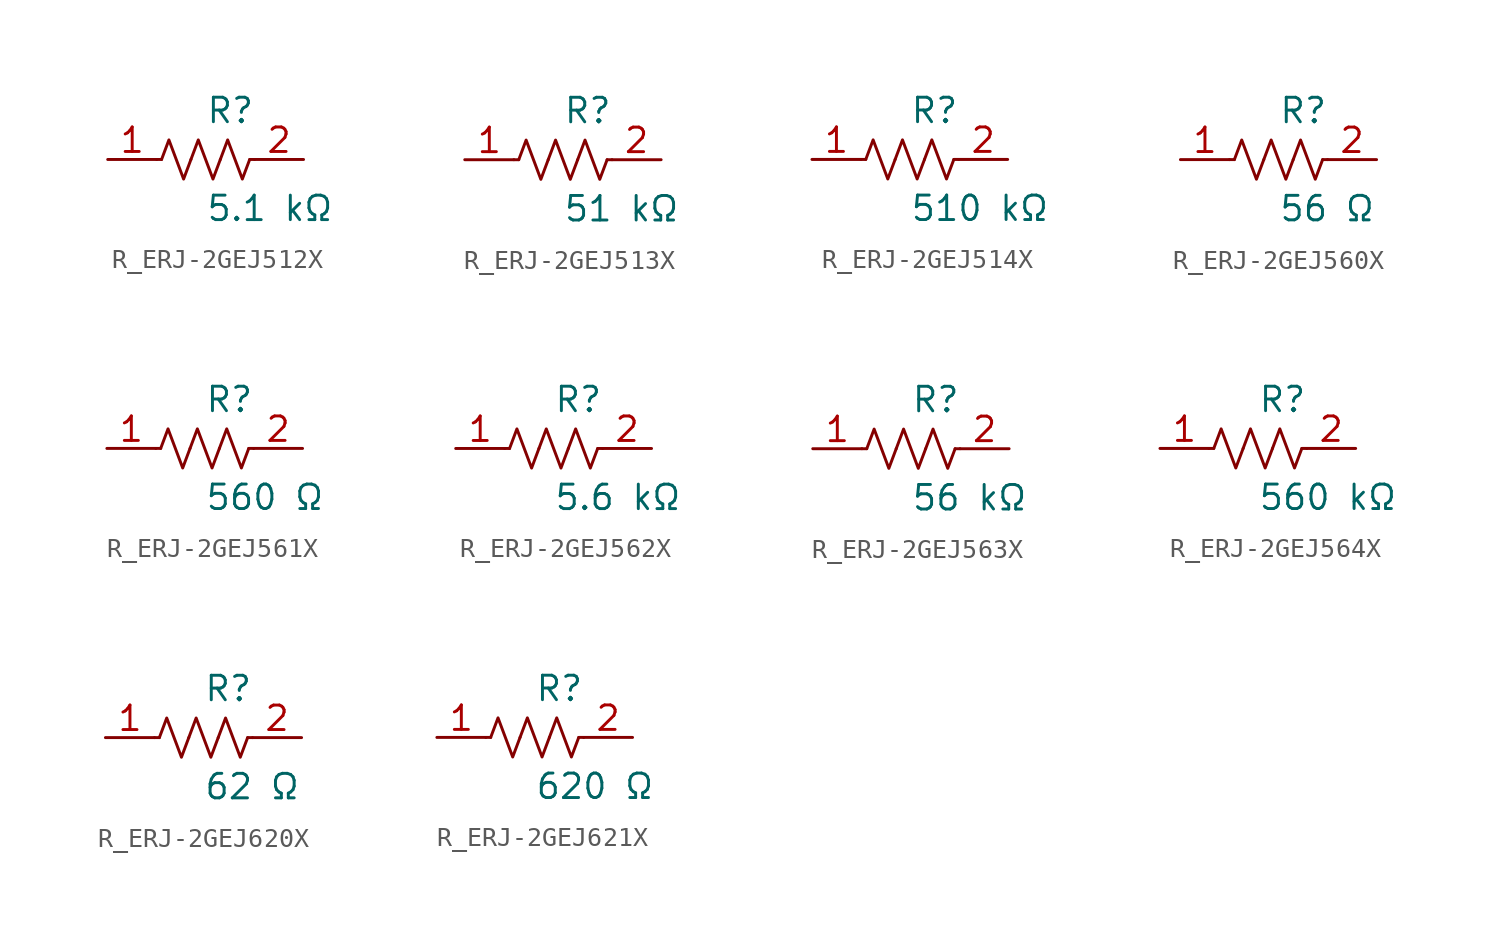
<source format=kicad_sym>
(kicad_symbol_lib
  (version 20231120)
  (generator kicad_symbol_editor)
  (generator_version 8.0)
  (symbol "R_ERJ-2GEJ512X"
    (pin_names
      (offset 0.254))
    (property "Reference" "R"
      (at 0.0 2.54 0)
      (effects (font (size 1.27 1.27)) (justify left)))
    (property "Value" "5.1 kΩ"
      (at 0.0 -2.54 0)
      (effects (font (size 1.27 1.27)) (justify left)))
    (symbol "R_ERJ-2GEJ512X_0_1"
      (polyline (pts (xy 2.286 0) (xy 2.54 0)) (stroke (width 0) (type default)) (fill (type none)))
      (polyline (pts (xy -2.286 0) (xy -2.54 0)) (stroke (width 0) (type default)) (fill (type none)))
      (polyline (pts (xy 0.762 0) (xy 1.143 1.016) (xy 1.524 0) (xy 1.905 -1.016) (xy 2.286 0)) (stroke (width 0) (type default)) (fill (type none)))
      (polyline (pts (xy -0.762 0) (xy -0.381 1.016) (xy 0 0) (xy 0.381 -1.016) (xy 0.762 0)) (stroke (width 0) (type default)) (fill (type none)))
      (polyline (pts (xy -2.286 0) (xy -1.905 1.016) (xy -1.524 0) (xy -1.143 -1.016) (xy -0.762 0)) (stroke (width 0) (type default)) (fill (type none))))
    (pin unspecified line
      (at -5.08 0 0)
      (length 2.54)
      (name "" (effects (font (size 1.27 1.27))))
      (number "1" (effects (font (size 1.27 1.27)))))
    (pin unspecified line
      (at 5.08 0 180)
      (length 2.54)
      (name "" (effects (font (size 1.27 1.27))))
      (number "2" (effects (font (size 1.27 1.27))))))
  (symbol "R_ERJ-2GEJ513X"
    (pin_names
      (offset 0.254))
    (property "Reference" "R"
      (at 0.0 2.54 0)
      (effects (font (size 1.27 1.27)) (justify left)))
    (property "Value" "51 kΩ"
      (at 0.0 -2.54 0)
      (effects (font (size 1.27 1.27)) (justify left)))
    (symbol "R_ERJ-2GEJ513X_0_1"
      (polyline (pts (xy 2.286 0) (xy 2.54 0)) (stroke (width 0) (type default)) (fill (type none)))
      (polyline (pts (xy -2.286 0) (xy -2.54 0)) (stroke (width 0) (type default)) (fill (type none)))
      (polyline (pts (xy 0.762 0) (xy 1.143 1.016) (xy 1.524 0) (xy 1.905 -1.016) (xy 2.286 0)) (stroke (width 0) (type default)) (fill (type none)))
      (polyline (pts (xy -0.762 0) (xy -0.381 1.016) (xy 0 0) (xy 0.381 -1.016) (xy 0.762 0)) (stroke (width 0) (type default)) (fill (type none)))
      (polyline (pts (xy -2.286 0) (xy -1.905 1.016) (xy -1.524 0) (xy -1.143 -1.016) (xy -0.762 0)) (stroke (width 0) (type default)) (fill (type none))))
    (pin unspecified line
      (at -5.08 0 0)
      (length 2.54)
      (name "" (effects (font (size 1.27 1.27))))
      (number "1" (effects (font (size 1.27 1.27)))))
    (pin unspecified line
      (at 5.08 0 180)
      (length 2.54)
      (name "" (effects (font (size 1.27 1.27))))
      (number "2" (effects (font (size 1.27 1.27))))))
  (symbol "R_ERJ-2GEJ514X"
    (pin_names
      (offset 0.254))
    (property "Reference" "R"
      (at 0.0 2.54 0)
      (effects (font (size 1.27 1.27)) (justify left)))
    (property "Value" "510 kΩ"
      (at 0.0 -2.54 0)
      (effects (font (size 1.27 1.27)) (justify left)))
    (symbol "R_ERJ-2GEJ514X_0_1"
      (polyline (pts (xy 2.286 0) (xy 2.54 0)) (stroke (width 0) (type default)) (fill (type none)))
      (polyline (pts (xy -2.286 0) (xy -2.54 0)) (stroke (width 0) (type default)) (fill (type none)))
      (polyline (pts (xy 0.762 0) (xy 1.143 1.016) (xy 1.524 0) (xy 1.905 -1.016) (xy 2.286 0)) (stroke (width 0) (type default)) (fill (type none)))
      (polyline (pts (xy -0.762 0) (xy -0.381 1.016) (xy 0 0) (xy 0.381 -1.016) (xy 0.762 0)) (stroke (width 0) (type default)) (fill (type none)))
      (polyline (pts (xy -2.286 0) (xy -1.905 1.016) (xy -1.524 0) (xy -1.143 -1.016) (xy -0.762 0)) (stroke (width 0) (type default)) (fill (type none))))
    (pin unspecified line
      (at -5.08 0 0)
      (length 2.54)
      (name "" (effects (font (size 1.27 1.27))))
      (number "1" (effects (font (size 1.27 1.27)))))
    (pin unspecified line
      (at 5.08 0 180)
      (length 2.54)
      (name "" (effects (font (size 1.27 1.27))))
      (number "2" (effects (font (size 1.27 1.27))))))
  (symbol "R_ERJ-2GEJ560X"
    (pin_names
      (offset 0.254))
    (property "Reference" "R"
      (at 0.0 2.54 0)
      (effects (font (size 1.27 1.27)) (justify left)))
    (property "Value" "56 Ω"
      (at 0.0 -2.54 0)
      (effects (font (size 1.27 1.27)) (justify left)))
    (symbol "R_ERJ-2GEJ560X_0_1"
      (polyline (pts (xy 2.286 0) (xy 2.54 0)) (stroke (width 0) (type default)) (fill (type none)))
      (polyline (pts (xy -2.286 0) (xy -2.54 0)) (stroke (width 0) (type default)) (fill (type none)))
      (polyline (pts (xy 0.762 0) (xy 1.143 1.016) (xy 1.524 0) (xy 1.905 -1.016) (xy 2.286 0)) (stroke (width 0) (type default)) (fill (type none)))
      (polyline (pts (xy -0.762 0) (xy -0.381 1.016) (xy 0 0) (xy 0.381 -1.016) (xy 0.762 0)) (stroke (width 0) (type default)) (fill (type none)))
      (polyline (pts (xy -2.286 0) (xy -1.905 1.016) (xy -1.524 0) (xy -1.143 -1.016) (xy -0.762 0)) (stroke (width 0) (type default)) (fill (type none))))
    (pin unspecified line
      (at -5.08 0 0)
      (length 2.54)
      (name "" (effects (font (size 1.27 1.27))))
      (number "1" (effects (font (size 1.27 1.27)))))
    (pin unspecified line
      (at 5.08 0 180)
      (length 2.54)
      (name "" (effects (font (size 1.27 1.27))))
      (number "2" (effects (font (size 1.27 1.27))))))
  (symbol "R_ERJ-2GEJ561X"
    (pin_names
      (offset 0.254))
    (property "Reference" "R"
      (at 0.0 2.54 0)
      (effects (font (size 1.27 1.27)) (justify left)))
    (property "Value" "560 Ω"
      (at 0.0 -2.54 0)
      (effects (font (size 1.27 1.27)) (justify left)))
    (symbol "R_ERJ-2GEJ561X_0_1"
      (polyline (pts (xy 2.286 0) (xy 2.54 0)) (stroke (width 0) (type default)) (fill (type none)))
      (polyline (pts (xy -2.286 0) (xy -2.54 0)) (stroke (width 0) (type default)) (fill (type none)))
      (polyline (pts (xy 0.762 0) (xy 1.143 1.016) (xy 1.524 0) (xy 1.905 -1.016) (xy 2.286 0)) (stroke (width 0) (type default)) (fill (type none)))
      (polyline (pts (xy -0.762 0) (xy -0.381 1.016) (xy 0 0) (xy 0.381 -1.016) (xy 0.762 0)) (stroke (width 0) (type default)) (fill (type none)))
      (polyline (pts (xy -2.286 0) (xy -1.905 1.016) (xy -1.524 0) (xy -1.143 -1.016) (xy -0.762 0)) (stroke (width 0) (type default)) (fill (type none))))
    (pin unspecified line
      (at -5.08 0 0)
      (length 2.54)
      (name "" (effects (font (size 1.27 1.27))))
      (number "1" (effects (font (size 1.27 1.27)))))
    (pin unspecified line
      (at 5.08 0 180)
      (length 2.54)
      (name "" (effects (font (size 1.27 1.27))))
      (number "2" (effects (font (size 1.27 1.27))))))
  (symbol "R_ERJ-2GEJ562X"
    (pin_names
      (offset 0.254))
    (property "Reference" "R"
      (at 0.0 2.54 0)
      (effects (font (size 1.27 1.27)) (justify left)))
    (property "Value" "5.6 kΩ"
      (at 0.0 -2.54 0)
      (effects (font (size 1.27 1.27)) (justify left)))
    (symbol "R_ERJ-2GEJ562X_0_1"
      (polyline (pts (xy 2.286 0) (xy 2.54 0)) (stroke (width 0) (type default)) (fill (type none)))
      (polyline (pts (xy -2.286 0) (xy -2.54 0)) (stroke (width 0) (type default)) (fill (type none)))
      (polyline (pts (xy 0.762 0) (xy 1.143 1.016) (xy 1.524 0) (xy 1.905 -1.016) (xy 2.286 0)) (stroke (width 0) (type default)) (fill (type none)))
      (polyline (pts (xy -0.762 0) (xy -0.381 1.016) (xy 0 0) (xy 0.381 -1.016) (xy 0.762 0)) (stroke (width 0) (type default)) (fill (type none)))
      (polyline (pts (xy -2.286 0) (xy -1.905 1.016) (xy -1.524 0) (xy -1.143 -1.016) (xy -0.762 0)) (stroke (width 0) (type default)) (fill (type none))))
    (pin unspecified line
      (at -5.08 0 0)
      (length 2.54)
      (name "" (effects (font (size 1.27 1.27))))
      (number "1" (effects (font (size 1.27 1.27)))))
    (pin unspecified line
      (at 5.08 0 180)
      (length 2.54)
      (name "" (effects (font (size 1.27 1.27))))
      (number "2" (effects (font (size 1.27 1.27))))))
  (symbol "R_ERJ-2GEJ563X"
    (pin_names
      (offset 0.254))
    (property "Reference" "R"
      (at 0.0 2.54 0)
      (effects (font (size 1.27 1.27)) (justify left)))
    (property "Value" "56 kΩ"
      (at 0.0 -2.54 0)
      (effects (font (size 1.27 1.27)) (justify left)))
    (symbol "R_ERJ-2GEJ563X_0_1"
      (polyline (pts (xy 2.286 0) (xy 2.54 0)) (stroke (width 0) (type default)) (fill (type none)))
      (polyline (pts (xy -2.286 0) (xy -2.54 0)) (stroke (width 0) (type default)) (fill (type none)))
      (polyline (pts (xy 0.762 0) (xy 1.143 1.016) (xy 1.524 0) (xy 1.905 -1.016) (xy 2.286 0)) (stroke (width 0) (type default)) (fill (type none)))
      (polyline (pts (xy -0.762 0) (xy -0.381 1.016) (xy 0 0) (xy 0.381 -1.016) (xy 0.762 0)) (stroke (width 0) (type default)) (fill (type none)))
      (polyline (pts (xy -2.286 0) (xy -1.905 1.016) (xy -1.524 0) (xy -1.143 -1.016) (xy -0.762 0)) (stroke (width 0) (type default)) (fill (type none))))
    (pin unspecified line
      (at -5.08 0 0)
      (length 2.54)
      (name "" (effects (font (size 1.27 1.27))))
      (number "1" (effects (font (size 1.27 1.27)))))
    (pin unspecified line
      (at 5.08 0 180)
      (length 2.54)
      (name "" (effects (font (size 1.27 1.27))))
      (number "2" (effects (font (size 1.27 1.27))))))
  (symbol "R_ERJ-2GEJ564X"
    (pin_names
      (offset 0.254))
    (property "Reference" "R"
      (at 0.0 2.54 0)
      (effects (font (size 1.27 1.27)) (justify left)))
    (property "Value" "560 kΩ"
      (at 0.0 -2.54 0)
      (effects (font (size 1.27 1.27)) (justify left)))
    (symbol "R_ERJ-2GEJ564X_0_1"
      (polyline (pts (xy 2.286 0) (xy 2.54 0)) (stroke (width 0) (type default)) (fill (type none)))
      (polyline (pts (xy -2.286 0) (xy -2.54 0)) (stroke (width 0) (type default)) (fill (type none)))
      (polyline (pts (xy 0.762 0) (xy 1.143 1.016) (xy 1.524 0) (xy 1.905 -1.016) (xy 2.286 0)) (stroke (width 0) (type default)) (fill (type none)))
      (polyline (pts (xy -0.762 0) (xy -0.381 1.016) (xy 0 0) (xy 0.381 -1.016) (xy 0.762 0)) (stroke (width 0) (type default)) (fill (type none)))
      (polyline (pts (xy -2.286 0) (xy -1.905 1.016) (xy -1.524 0) (xy -1.143 -1.016) (xy -0.762 0)) (stroke (width 0) (type default)) (fill (type none))))
    (pin unspecified line
      (at -5.08 0 0)
      (length 2.54)
      (name "" (effects (font (size 1.27 1.27))))
      (number "1" (effects (font (size 1.27 1.27)))))
    (pin unspecified line
      (at 5.08 0 180)
      (length 2.54)
      (name "" (effects (font (size 1.27 1.27))))
      (number "2" (effects (font (size 1.27 1.27))))))
  (symbol "R_ERJ-2GEJ620X"
    (pin_names
      (offset 0.254))
    (property "Reference" "R"
      (at 0.0 2.54 0)
      (effects (font (size 1.27 1.27)) (justify left)))
    (property "Value" "62 Ω"
      (at 0.0 -2.54 0)
      (effects (font (size 1.27 1.27)) (justify left)))
    (symbol "R_ERJ-2GEJ620X_0_1"
      (polyline (pts (xy 2.286 0) (xy 2.54 0)) (stroke (width 0) (type default)) (fill (type none)))
      (polyline (pts (xy -2.286 0) (xy -2.54 0)) (stroke (width 0) (type default)) (fill (type none)))
      (polyline (pts (xy 0.762 0) (xy 1.143 1.016) (xy 1.524 0) (xy 1.905 -1.016) (xy 2.286 0)) (stroke (width 0) (type default)) (fill (type none)))
      (polyline (pts (xy -0.762 0) (xy -0.381 1.016) (xy 0 0) (xy 0.381 -1.016) (xy 0.762 0)) (stroke (width 0) (type default)) (fill (type none)))
      (polyline (pts (xy -2.286 0) (xy -1.905 1.016) (xy -1.524 0) (xy -1.143 -1.016) (xy -0.762 0)) (stroke (width 0) (type default)) (fill (type none))))
    (pin unspecified line
      (at -5.08 0 0)
      (length 2.54)
      (name "" (effects (font (size 1.27 1.27))))
      (number "1" (effects (font (size 1.27 1.27)))))
    (pin unspecified line
      (at 5.08 0 180)
      (length 2.54)
      (name "" (effects (font (size 1.27 1.27))))
      (number "2" (effects (font (size 1.27 1.27))))))
  (symbol "R_ERJ-2GEJ621X"
    (pin_names
      (offset 0.254))
    (property "Reference" "R"
      (at 0.0 2.54 0)
      (effects (font (size 1.27 1.27)) (justify left)))
    (property "Value" "620 Ω"
      (at 0.0 -2.54 0)
      (effects (font (size 1.27 1.27)) (justify left)))
    (symbol "R_ERJ-2GEJ621X_0_1"
      (polyline (pts (xy 2.286 0) (xy 2.54 0)) (stroke (width 0) (type default)) (fill (type none)))
      (polyline (pts (xy -2.286 0) (xy -2.54 0)) (stroke (width 0) (type default)) (fill (type none)))
      (polyline (pts (xy 0.762 0) (xy 1.143 1.016) (xy 1.524 0) (xy 1.905 -1.016) (xy 2.286 0)) (stroke (width 0) (type default)) (fill (type none)))
      (polyline (pts (xy -0.762 0) (xy -0.381 1.016) (xy 0 0) (xy 0.381 -1.016) (xy 0.762 0)) (stroke (width 0) (type default)) (fill (type none)))
      (polyline (pts (xy -2.286 0) (xy -1.905 1.016) (xy -1.524 0) (xy -1.143 -1.016) (xy -0.762 0)) (stroke (width 0) (type default)) (fill (type none))))
    (pin unspecified line
      (at -5.08 0 0)
      (length 2.54)
      (name "" (effects (font (size 1.27 1.27))))
      (number "1" (effects (font (size 1.27 1.27)))))
    (pin unspecified line
      (at 5.08 0 180)
      (length 2.54)
      (name "" (effects (font (size 1.27 1.27))))
      (number "2" (effects (font (size 1.27 1.27)))))))
</source>
